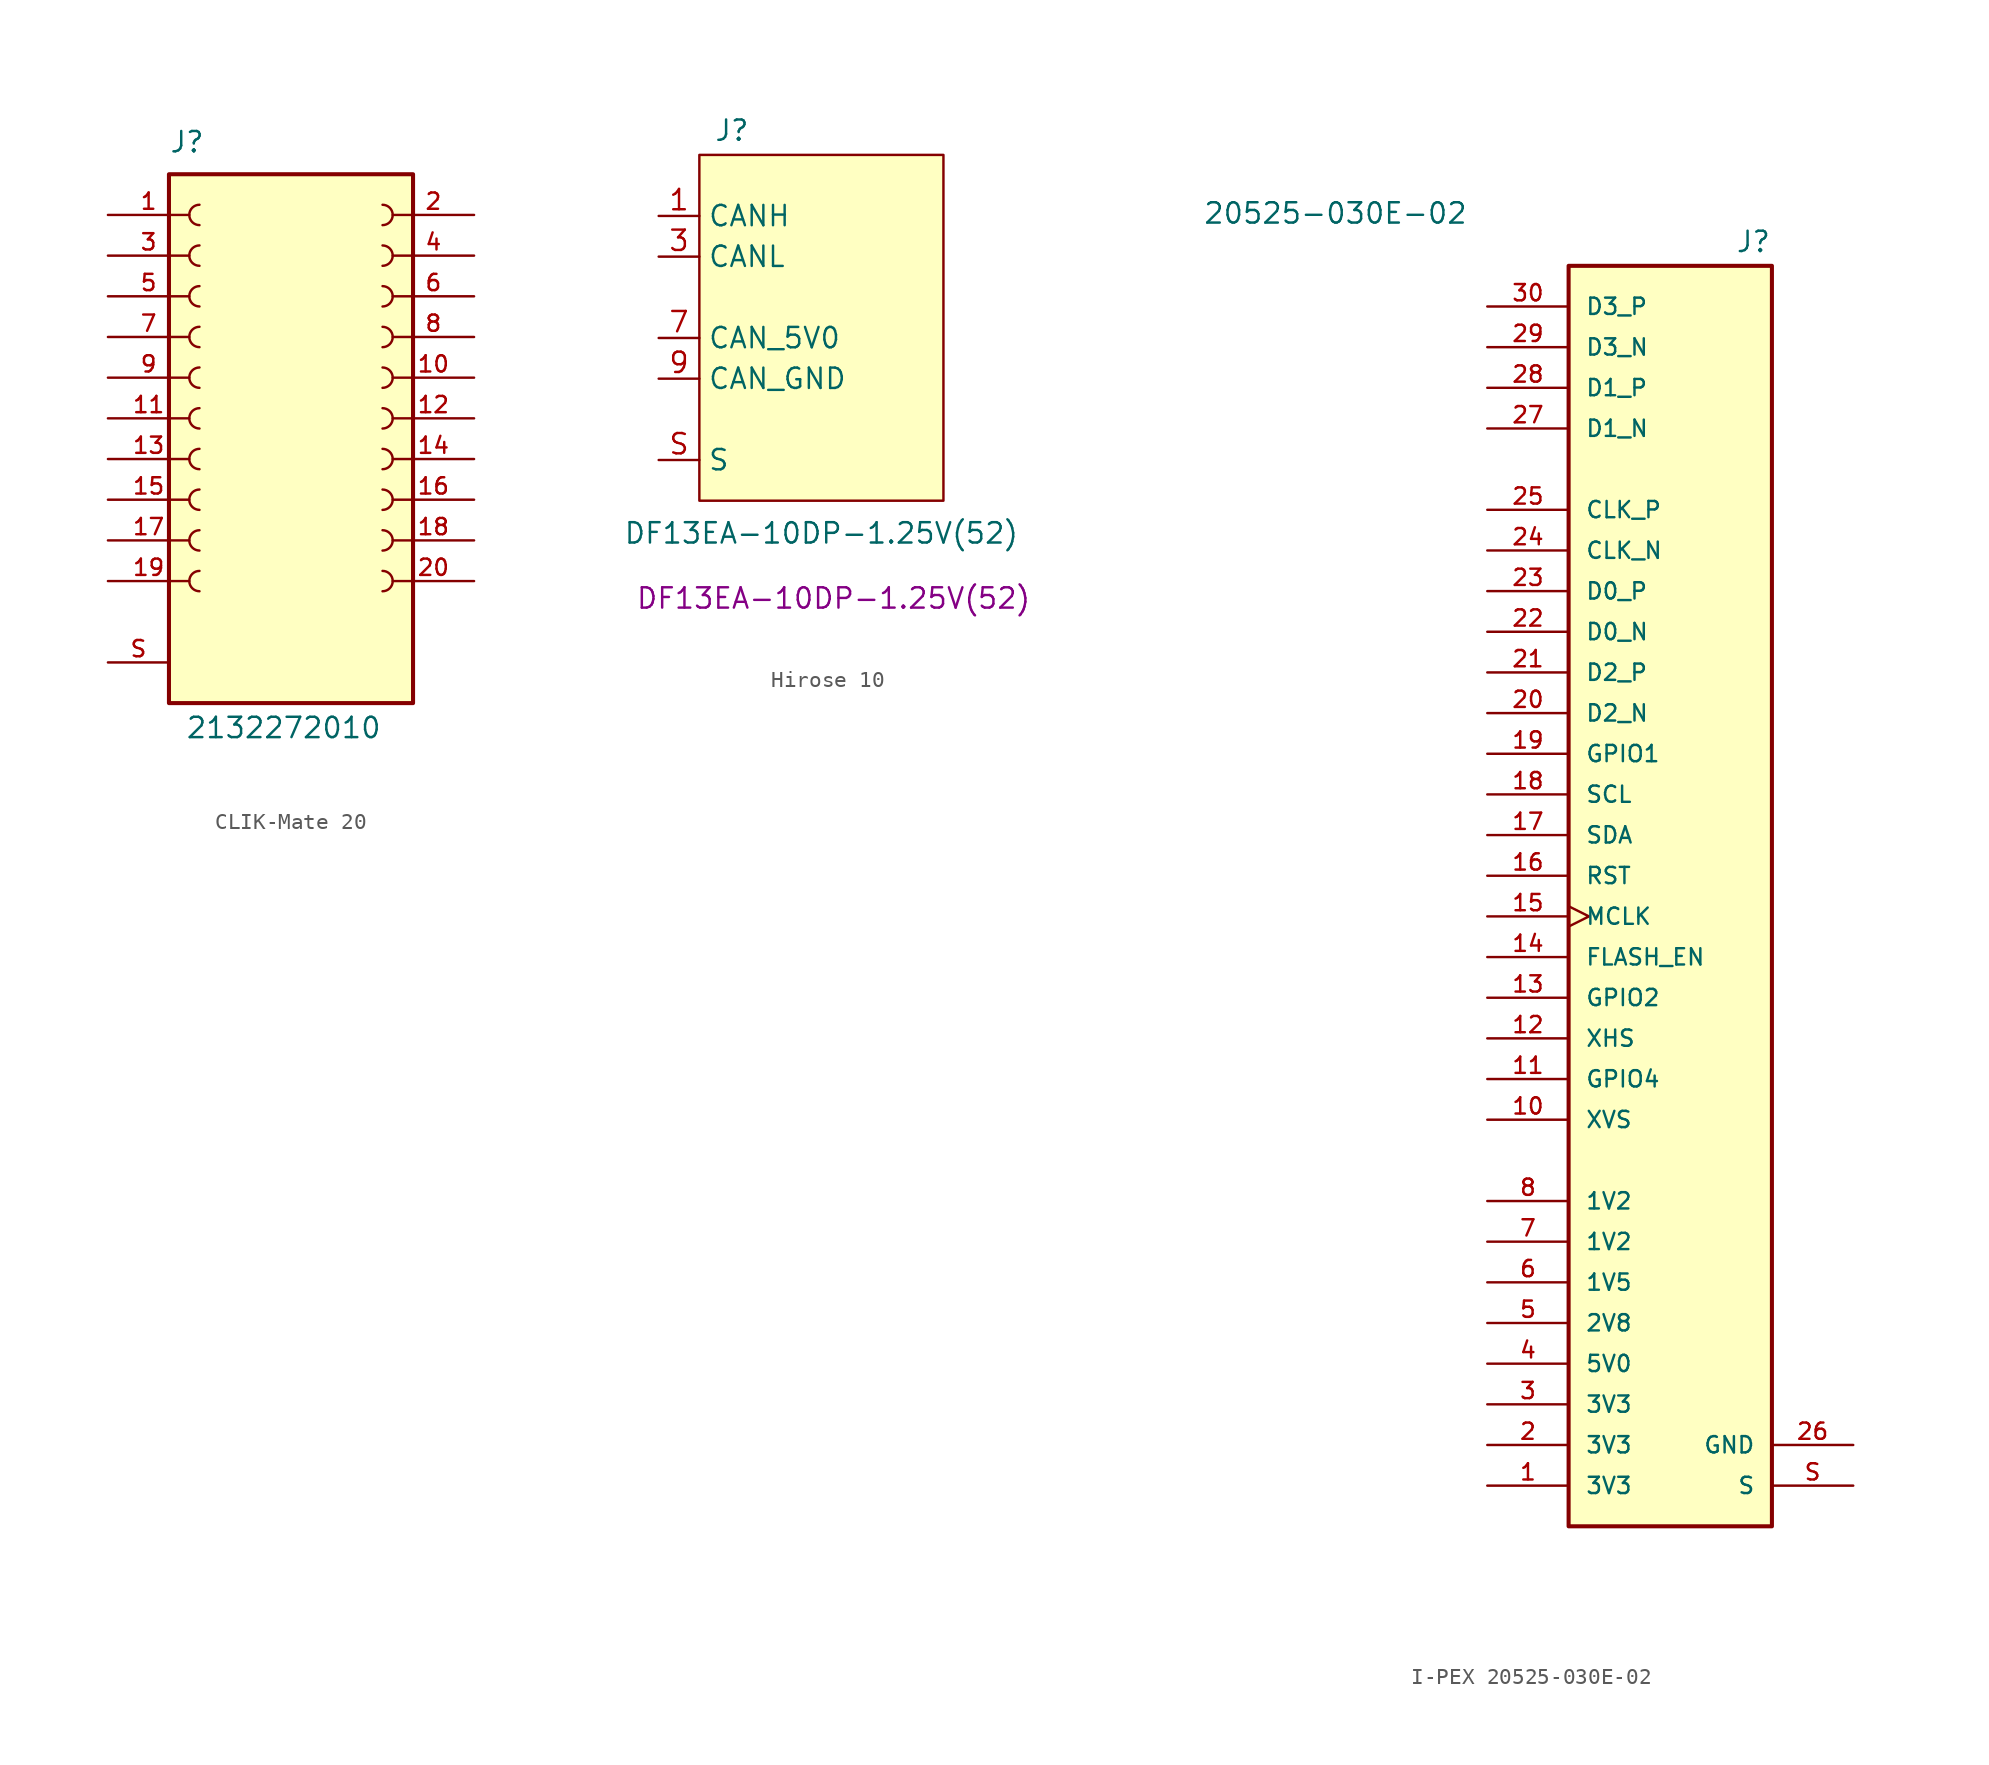
<source format=kicad_sym>
(kicad_symbol_lib
  (version 20231120)
  (generator "kicad_symbol_editor")
  (generator_version "8.0")
  (symbol "CLIK-Mate 20"
    (pin_names
      (offset 1.016) hide)
    (property "Reference" "J"
      (at -7.62 19.05 0)
      (effects (font (size 1.27 1.27)) (justify left bottom)))
    (property "Value" "2132272010"
      (at -6.604 -17.526 0)
      (effects (font (size 1.27 1.27)) (justify left bottom)))
    (symbol "CLIK-Mate 20_0_0"
      (rectangle (start -7.62 17.78) (end 7.62 -15.24) (stroke (width 0.254) (type default)) (fill (type background)))
      (pin passive line (at -11.43 15.24 0) (length 5.08) (name "1" (effects (font (size 1.016 1.016)))) (number "1" (effects (font (size 1.016 1.016)))))
      (pin passive line (at 11.43 5.08 180) (length 5.08) (name "10" (effects (font (size 1.016 1.016)))) (number "10" (effects (font (size 1.016 1.016)))))
      (pin passive line (at -11.43 2.54 0) (length 5.08) (name "11" (effects (font (size 1.016 1.016)))) (number "11" (effects (font (size 1.016 1.016)))))
      (pin passive line (at 11.43 2.54 180) (length 5.08) (name "12" (effects (font (size 1.016 1.016)))) (number "12" (effects (font (size 1.016 1.016)))))
      (pin passive line (at -11.43 0 0) (length 5.08) (name "13" (effects (font (size 1.016 1.016)))) (number "13" (effects (font (size 1.016 1.016)))))
      (pin passive line (at 11.43 0 180) (length 5.08) (name "14" (effects (font (size 1.016 1.016)))) (number "14" (effects (font (size 1.016 1.016)))))
      (pin passive line (at -11.43 -2.54 0) (length 5.08) (name "15" (effects (font (size 1.016 1.016)))) (number "15" (effects (font (size 1.016 1.016)))))
      (pin passive line (at 11.43 -2.54 180) (length 5.08) (name "16" (effects (font (size 1.016 1.016)))) (number "16" (effects (font (size 1.016 1.016)))))
      (pin passive line (at -11.43 -5.08 0) (length 5.08) (name "17" (effects (font (size 1.016 1.016)))) (number "17" (effects (font (size 1.016 1.016)))))
      (pin passive line (at 11.43 -5.08 180) (length 5.08) (name "18" (effects (font (size 1.016 1.016)))) (number "18" (effects (font (size 1.016 1.016)))))
      (pin passive line (at -11.43 -7.62 0) (length 5.08) (name "19" (effects (font (size 1.016 1.016)))) (number "19" (effects (font (size 1.016 1.016)))))
      (pin passive line (at 11.43 15.24 180) (length 5.08) (name "2" (effects (font (size 1.016 1.016)))) (number "2" (effects (font (size 1.016 1.016)))))
      (pin passive line (at 11.43 -7.62 180) (length 5.08) (name "20" (effects (font (size 1.016 1.016)))) (number "20" (effects (font (size 1.016 1.016)))))
      (pin passive line (at -11.43 12.7 0) (length 5.08) (name "3" (effects (font (size 1.016 1.016)))) (number "3" (effects (font (size 1.016 1.016)))))
      (pin passive line (at 11.43 12.7 180) (length 5.08) (name "4" (effects (font (size 1.016 1.016)))) (number "4" (effects (font (size 1.016 1.016)))))
      (pin passive line (at -11.43 10.16 0) (length 5.08) (name "5" (effects (font (size 1.016 1.016)))) (number "5" (effects (font (size 1.016 1.016)))))
      (pin passive line (at 11.43 10.16 180) (length 5.08) (name "6" (effects (font (size 1.016 1.016)))) (number "6" (effects (font (size 1.016 1.016)))))
      (pin passive line (at -11.43 7.62 0) (length 5.08) (name "7" (effects (font (size 1.016 1.016)))) (number "7" (effects (font (size 1.016 1.016)))))
      (pin passive line (at 11.43 7.62 180) (length 5.08) (name "8" (effects (font (size 1.016 1.016)))) (number "8" (effects (font (size 1.016 1.016)))))
      (pin passive line (at -11.43 5.08 0) (length 5.08) (name "9" (effects (font (size 1.016 1.016)))) (number "9" (effects (font (size 1.016 1.016))))))
    (symbol "CLIK-Mate 20_1_0"
      (arc (start -5.715 -6.985) (mid -6.3472 -7.62) (end -5.715 -8.255) (stroke (width 0) (type default)) (fill (type none)))
      (arc (start -5.715 -4.445) (mid -6.3472 -5.08) (end -5.715 -5.715) (stroke (width 0) (type default)) (fill (type none)))
      (arc (start -5.715 -1.905) (mid -6.3472 -2.54) (end -5.715 -3.175) (stroke (width 0) (type default)) (fill (type none)))
      (arc (start -5.715 0.635) (mid -6.3472 0) (end -5.715 -0.635) (stroke (width 0) (type default)) (fill (type none)))
      (arc (start -5.715 3.175) (mid -6.3472 2.54) (end -5.715 1.905) (stroke (width 0) (type default)) (fill (type none)))
      (arc (start -5.715 5.715) (mid -6.3472 5.08) (end -5.715 4.445) (stroke (width 0) (type default)) (fill (type none)))
      (arc (start -5.715 8.255) (mid -6.3472 7.62) (end -5.715 6.985) (stroke (width 0) (type default)) (fill (type none)))
      (arc (start -5.715 10.795) (mid -6.3472 10.16) (end -5.715 9.525) (stroke (width 0) (type default)) (fill (type none)))
      (arc (start -5.715 13.335) (mid -6.3472 12.7) (end -5.715 12.065) (stroke (width 0) (type default)) (fill (type none)))
      (arc (start -5.715 15.875) (mid -6.3472 15.24) (end -5.715 14.605) (stroke (width 0) (type default)) (fill (type none)))
      (arc (start 5.715 -8.255) (mid 6.3472 -7.62) (end 5.715 -6.985) (stroke (width 0) (type default)) (fill (type none)))
      (arc (start 5.715 -5.715) (mid 6.3472 -5.08) (end 5.715 -4.445) (stroke (width 0) (type default)) (fill (type none)))
      (arc (start 5.715 -3.175) (mid 6.3472 -2.54) (end 5.715 -1.905) (stroke (width 0) (type default)) (fill (type none)))
      (arc (start 5.715 -0.635) (mid 6.3472 0) (end 5.715 0.635) (stroke (width 0) (type default)) (fill (type none)))
      (arc (start 5.715 1.905) (mid 6.3472 2.54) (end 5.715 3.175) (stroke (width 0) (type default)) (fill (type none)))
      (arc (start 5.715 4.445) (mid 6.3472 5.08) (end 5.715 5.715) (stroke (width 0) (type default)) (fill (type none)))
      (arc (start 5.715 6.985) (mid 6.3472 7.62) (end 5.715 8.255) (stroke (width 0) (type default)) (fill (type none)))
      (arc (start 5.715 9.525) (mid 6.3472 10.16) (end 5.715 10.795) (stroke (width 0) (type default)) (fill (type none)))
      (arc (start 5.715 12.065) (mid 6.3472 12.7) (end 5.715 13.335) (stroke (width 0) (type default)) (fill (type none)))
      (arc (start 5.715 14.605) (mid 6.3472 15.24) (end 5.715 15.875) (stroke (width 0) (type default)) (fill (type none)))
      (pin passive line (at -11.43 -12.7 0) (length 3.81) (name "S" (effects (font (size 1.016 1.016)))) (number "S" (effects (font (size 1.016 1.016)))))))
  (symbol "Hirose 10"
    (property "Reference" "J"
      (at -5.588 11.684 0)
      (effects (font (size 1.27 1.27))))
    (property "Value" "DF13EA-10DP-1.25V(52)"
      (at 0 -13.462 0)
      (effects (font (size 1.27 1.27))))
    (property "Product Number" "DF13EA-10DP-1.25V(52)"
      (at 0.762 -17.526 0)
      (effects (font (size 1.27 1.27))))
    (symbol "Hirose 10_1_1"
      (rectangle (start -7.62 10.16) (end 7.62 -11.43) (stroke (width 0) (type default)) (fill (type background)))
      (pin passive line (at -10.16 6.35 0) (length 2.54) (name "CANH" (effects (font (size 1.27 1.27)))) (number "1" (effects (font (size 1.27 1.27)))))
      (pin no_connect line (at 10.16 -3.81 180) (length 2.54) hide (name "NC" (effects (font (size 1.27 1.27)))) (number "10" (effects (font (size 1.27 1.27)))))
      (pin no_connect line (at 10.16 6.35 180) (length 2.54) hide (name "NC" (effects (font (size 1.27 1.27)))) (number "2" (effects (font (size 1.27 1.27)))))
      (pin passive line (at -10.16 3.81 0) (length 2.54) (name "CANL" (effects (font (size 1.27 1.27)))) (number "3" (effects (font (size 1.27 1.27)))))
      (pin no_connect line (at 10.16 3.81 180) (length 2.54) hide (name "NC" (effects (font (size 1.27 1.27)))) (number "4" (effects (font (size 1.27 1.27)))))
      (pin no_connect line (at -10.16 1.27 0) (length 2.54) hide (name "NC" (effects (font (size 1.27 1.27)))) (number "5" (effects (font (size 1.27 1.27)))))
      (pin no_connect line (at 10.16 1.27 180) (length 2.54) hide (name "NC" (effects (font (size 1.27 1.27)))) (number "6" (effects (font (size 1.27 1.27)))))
      (pin power_in line (at -10.16 -1.27 0) (length 2.54) (name "CAN_5V0" (effects (font (size 1.27 1.27)))) (number "7" (effects (font (size 1.27 1.27)))))
      (pin no_connect line (at 10.16 -1.27 180) (length 2.54) hide (name "NC" (effects (font (size 1.27 1.27)))) (number "8" (effects (font (size 1.27 1.27)))))
      (pin power_in line (at -10.16 -3.81 0) (length 2.54) (name "CAN_GND" (effects (font (size 1.27 1.27)))) (number "9" (effects (font (size 1.27 1.27)))))
      (pin passive line (at -10.16 -8.89 0) (length 2.54) (name "S" (effects (font (size 1.27 1.27)))) (number "S" (effects (font (size 1.27 1.27)))))))
  (symbol "I-PEX 20525-030E-02"
    (pin_names
      (offset 1.016))
    (property "Reference" "J"
      (at 20.574 41.402 0)
      (effects (font (size 1.27 1.27)) (justify left bottom)))
    (property "Value" "20525-030E-02"
      (at -12.7 43.18 0)
      (effects (font (size 1.27 1.27)) (justify left bottom)))
    (symbol "I-PEX 20525-030E-02_0_0"
      (rectangle (start 10.16 40.64) (end 22.86 -38.1) (stroke (width 0.254) (type default)) (fill (type background))))
    (symbol "I-PEX 20525-030E-02_1_0"
      (pin power_in line (at 5.08 -35.56 0) (length 5.08) (name "3V3" (effects (font (size 1.016 1.016)))) (number "1" (effects (font (size 1.016 1.016)))))
      (pin passive line (at 5.08 -12.7 0) (length 5.08) (name "XVS" (effects (font (size 1.016 1.016)))) (number "10" (effects (font (size 1.016 1.016)))))
      (pin passive line (at 5.08 -10.16 0) (length 5.08) (name "GPIO4" (effects (font (size 1.016 1.016)))) (number "11" (effects (font (size 1.016 1.016)))))
      (pin passive line (at 5.08 -7.62 0) (length 5.08) (name "XHS" (effects (font (size 1.016 1.016)))) (number "12" (effects (font (size 1.016 1.016)))))
      (pin passive line (at 5.08 -5.08 0) (length 5.08) (name "GPIO2" (effects (font (size 1.016 1.016)))) (number "13" (effects (font (size 1.016 1.016)))))
      (pin passive line (at 5.08 -2.54 0) (length 5.08) (name "FLASH_EN" (effects (font (size 1.016 1.016)))) (number "14" (effects (font (size 1.016 1.016)))))
      (pin input clock (at 5.08 0 0) (length 5.08) (name "MCLK" (effects (font (size 1.016 1.016)))) (number "15" (effects (font (size 1.016 1.016)))))
      (pin passive line (at 5.08 2.54 0) (length 5.08) (name "RST" (effects (font (size 1.016 1.016)))) (number "16" (effects (font (size 1.016 1.016)))))
      (pin bidirectional line (at 5.08 5.08 0) (length 5.08) (name "SDA" (effects (font (size 1.016 1.016)))) (number "17" (effects (font (size 1.016 1.016)))))
      (pin input line (at 5.08 7.62 0) (length 5.08) (name "SCL" (effects (font (size 1.016 1.016)))) (number "18" (effects (font (size 1.016 1.016)))))
      (pin passive line (at 5.08 10.16 0) (length 5.08) (name "GPIO1" (effects (font (size 1.016 1.016)))) (number "19" (effects (font (size 1.016 1.016)))))
      (pin power_in line (at 5.08 -33.02 0) (length 5.08) (name "3V3" (effects (font (size 1.016 1.016)))) (number "2" (effects (font (size 1.016 1.016)))))
      (pin passive line (at 5.08 12.7 0) (length 5.08) (name "D2_N" (effects (font (size 1.016 1.016)))) (number "20" (effects (font (size 1.016 1.016)))))
      (pin passive line (at 5.08 15.24 0) (length 5.08) (name "D2_P" (effects (font (size 1.016 1.016)))) (number "21" (effects (font (size 1.016 1.016)))))
      (pin passive line (at 5.08 17.78 0) (length 5.08) (name "D0_N" (effects (font (size 1.016 1.016)))) (number "22" (effects (font (size 1.016 1.016)))))
      (pin passive line (at 5.08 20.32 0) (length 5.08) (name "D0_P" (effects (font (size 1.016 1.016)))) (number "23" (effects (font (size 1.016 1.016)))))
      (pin passive line (at 5.08 22.86 0) (length 5.08) (name "CLK_N" (effects (font (size 1.016 1.016)))) (number "24" (effects (font (size 1.016 1.016)))))
      (pin passive line (at 5.08 25.4 0) (length 5.08) (name "CLK_P" (effects (font (size 1.016 1.016)))) (number "25" (effects (font (size 1.016 1.016)))))
      (pin power_in line (at 27.94 -33.02 180) (length 5.08) (name "GND" (effects (font (size 1.016 1.016)))) (number "26" (effects (font (size 1.016 1.016)))))
      (pin passive line (at 5.08 30.48 0) (length 5.08) (name "D1_N" (effects (font (size 1.016 1.016)))) (number "27" (effects (font (size 1.016 1.016)))))
      (pin passive line (at 5.08 33.02 0) (length 5.08) (name "D1_P" (effects (font (size 1.016 1.016)))) (number "28" (effects (font (size 1.016 1.016)))))
      (pin passive line (at 5.08 35.56 0) (length 5.08) (name "D3_N" (effects (font (size 1.016 1.016)))) (number "29" (effects (font (size 1.016 1.016)))))
      (pin power_in line (at 5.08 -30.48 0) (length 5.08) (name "3V3" (effects (font (size 1.016 1.016)))) (number "3" (effects (font (size 1.016 1.016)))))
      (pin passive line (at 5.08 38.1 0) (length 5.08) (name "D3_P" (effects (font (size 1.016 1.016)))) (number "30" (effects (font (size 1.016 1.016)))))
      (pin power_in line (at 5.08 -27.94 0) (length 5.08) (name "5V0" (effects (font (size 1.016 1.016)))) (number "4" (effects (font (size 1.016 1.016)))))
      (pin power_in line (at 5.08 -25.4 0) (length 5.08) (name "2V8" (effects (font (size 1.016 1.016)))) (number "5" (effects (font (size 1.016 1.016)))))
      (pin power_in line (at 5.08 -22.86 0) (length 5.08) (name "1V5" (effects (font (size 1.016 1.016)))) (number "6" (effects (font (size 1.016 1.016)))))
      (pin power_in line (at 5.08 -20.32 0) (length 5.08) (name "1V2" (effects (font (size 1.016 1.016)))) (number "7" (effects (font (size 1.016 1.016)))))
      (pin power_in line (at 5.08 -17.78 0) (length 5.08) (name "1V2" (effects (font (size 1.016 1.016)))) (number "8" (effects (font (size 1.016 1.016)))))
      (pin no_connect line (at 5.08 -15.24 0) (length 5.08) hide (name "" (effects (font (size 1.016 1.016)))) (number "9" (effects (font (size 1.016 1.016)))))
      (pin passive line (at 27.94 -35.56 180) (length 5.08) (name "S" (effects (font (size 1.016 1.016)))) (number "S" (effects (font (size 1.016 1.016))))))))
</source>
